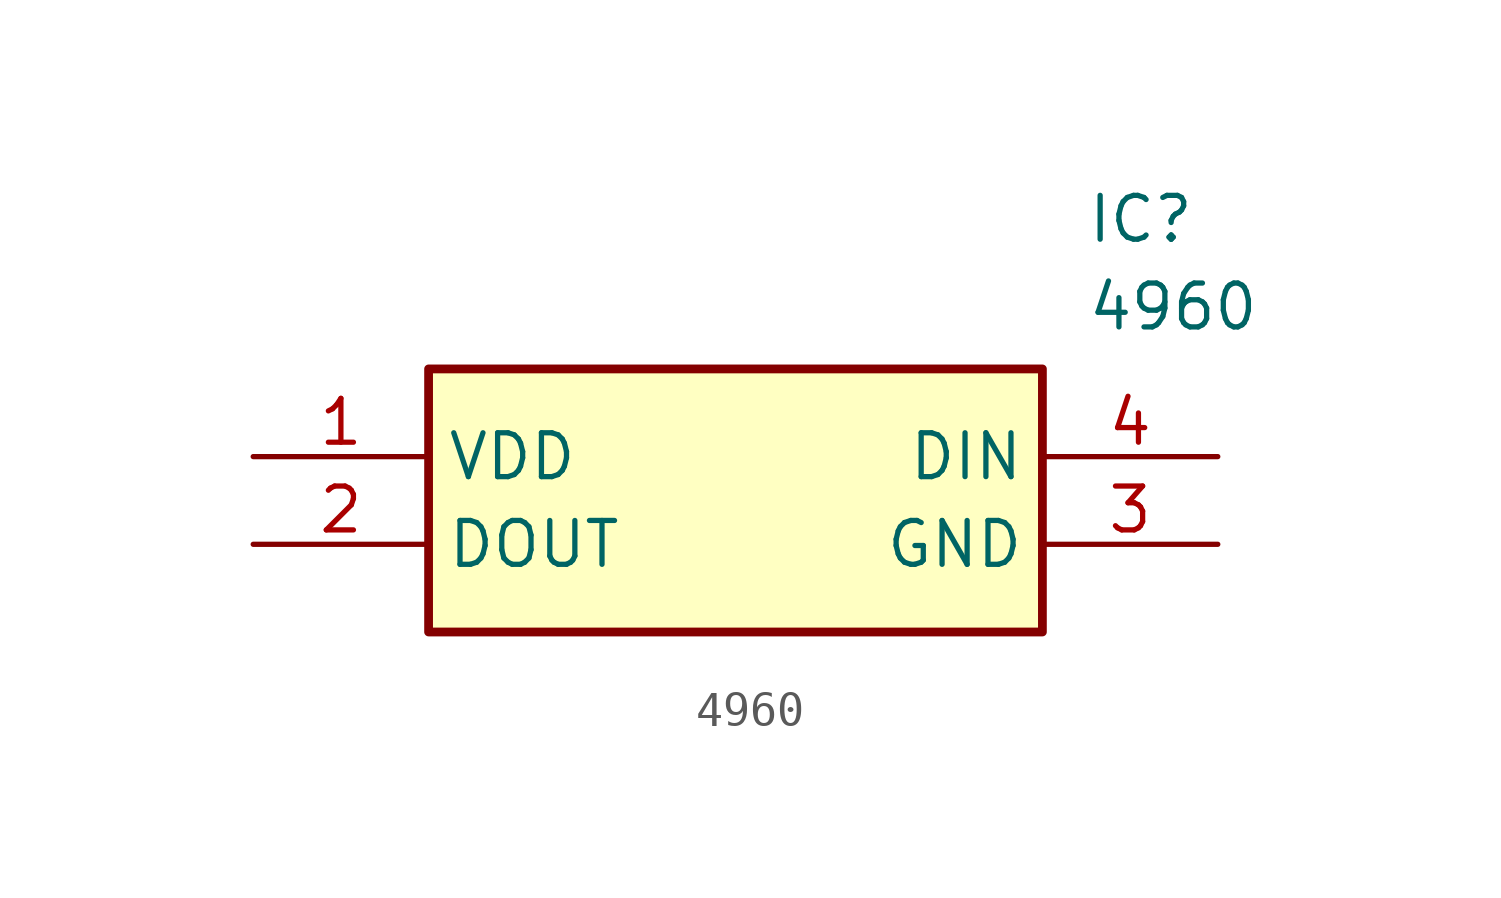
<source format=kicad_sym>
(kicad_symbol_lib
  (version 20211014)
  (generator SamacSys_ECAD_Model)
  (symbol "4960"
    (property "Reference" "IC"
      (at 24.13 7.62 0)
      (effects (font (size 1.27 1.27)) (justify left top)))
    (property "Value" "4960"
      (at 24.13 5.08 0)
      (effects (font (size 1.27 1.27)) (justify left top)))
    (rectangle
      (start 5.08 2.54)
      (end 22.86 -5.08)
      (stroke (width 0.254) (type default))
      (fill (type background)))
    (pin passive line
      (at 0 0 0)
      (length 5.08)
      (name "VDD" (effects (font (size 1.27 1.27))))
      (number "1" (effects (font (size 1.27 1.27)))))
    (pin passive line
      (at 0 -2.54 0)
      (length 5.08)
      (name "DOUT" (effects (font (size 1.27 1.27))))
      (number "2" (effects (font (size 1.27 1.27)))))
    (pin passive line
      (at 27.94 -2.54 180)
      (length 5.08)
      (name "GND" (effects (font (size 1.27 1.27))))
      (number "3" (effects (font (size 1.27 1.27)))))
    (pin passive line
      (at 27.94 0 180)
      (length 5.08)
      (name "DIN" (effects (font (size 1.27 1.27))))
      (number "4" (effects (font (size 1.27 1.27)))))))
</source>
